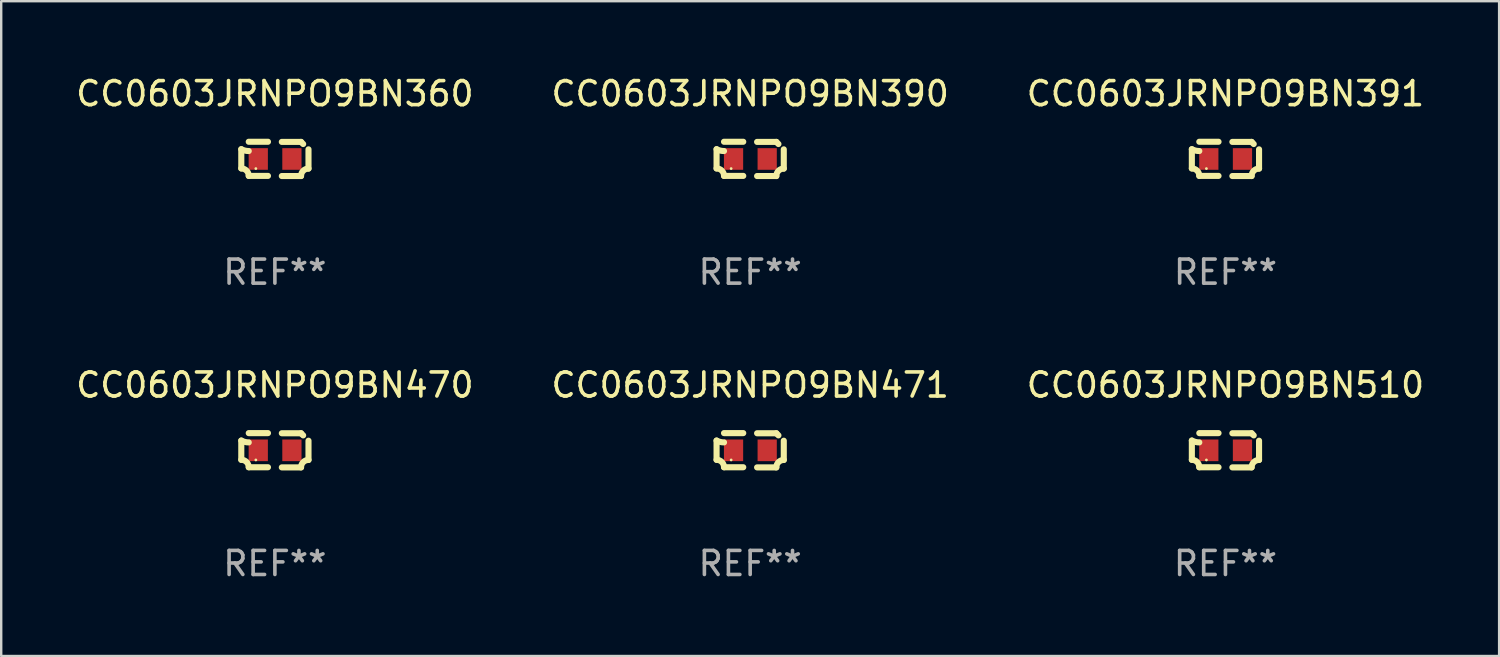
<source format=kicad_pcb>
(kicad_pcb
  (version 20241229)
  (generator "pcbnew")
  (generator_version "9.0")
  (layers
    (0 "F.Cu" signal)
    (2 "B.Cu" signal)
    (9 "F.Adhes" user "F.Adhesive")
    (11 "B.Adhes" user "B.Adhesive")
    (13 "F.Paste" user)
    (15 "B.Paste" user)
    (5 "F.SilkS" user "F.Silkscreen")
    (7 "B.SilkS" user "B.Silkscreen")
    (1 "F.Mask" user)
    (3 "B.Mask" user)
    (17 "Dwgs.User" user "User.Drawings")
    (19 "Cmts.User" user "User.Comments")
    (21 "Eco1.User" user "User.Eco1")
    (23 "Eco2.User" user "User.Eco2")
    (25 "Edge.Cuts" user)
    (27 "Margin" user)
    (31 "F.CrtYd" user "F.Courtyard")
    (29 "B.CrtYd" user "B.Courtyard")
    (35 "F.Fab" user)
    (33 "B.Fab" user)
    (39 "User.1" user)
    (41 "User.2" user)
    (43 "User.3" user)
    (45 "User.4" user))
  (footprint "CC0603JRNPO9BN510"
    (layer "F.Cu")
    (at 47.935 15.683)
    (property "Reference" "CC0603JRNPO9BN510" (at 0 -2.713 0) (layer "F.SilkS") (effects (font (size 1 1) (thickness 0.15))))
    (attr through_hole)
    (fp_line (start -1.398 -0.403) (end -1.398 0.397) (stroke (width 0.254) (type solid)) (layer "F.SilkS"))
    (fp_line (start -0.288 -0.713) (end -1.088 -0.713) (stroke (width 0.254) (type solid)) (layer "F.SilkS"))
    (fp_line (start -0.288 0.707) (end -1.088 0.707) (stroke (width 0.254) (type solid)) (layer "F.SilkS"))
    (fp_line (start 0.288 -0.707) (end 1.088 -0.707) (stroke (width 0.254) (type solid)) (layer "F.SilkS"))
    (fp_line (start 0.288 0.713) (end 1.088 0.713) (stroke (width 0.254) (type solid)) (layer "F.SilkS"))
    (fp_line (start 1.398 -0.397) (end 1.398 0.403) (stroke (width 0.254) (type solid)) (layer "F.SilkS"))
    (fp_arc (start -1.397789 0.397066) (mid -1.178701 0.487826) (end -1.08796 0.706922) (stroke (width 0.254001) (type solid)) (layer "F.SilkS"))
    (fp_arc (start -1.08796 -0.327176) (mid -1.247436 -0.346384) (end -1.39779 -0.402908) (stroke (width 0.254001) (type solid)) (layer "F.SilkS"))
    (fp_arc (start 1.087909 0.712738) (mid 1.178656 0.493655) (end 1.397739 0.402908) (stroke (width 0.254001) (type solid)) (layer "F.SilkS"))
    (fp_arc (start 1.175925 -0.618926) (mid 1.131917 -0.662923) (end 1.08791 -0.706922) (stroke (width 0.254001) (type solid)) (layer "F.SilkS"))
    (fp_circle (center -0.792 0.403) (end -0.762 0.403) (stroke (width 0.06) (type solid)) (fill no) (layer "F.SilkS"))
    (fp_text user "REF**" (at 0 4.713 0) (layer "F.Fab") (effects (font (size 1 1) (thickness 0.15))))
    (pad "1" smd rect (at -0.692 0.003) (size 0.8 0.9) (layers "F.Cu" "F.Mask" "F.Paste"))
    (pad "2" smd rect (at 0.708 0.003) (size 0.8 0.9) (layers "F.Cu" "F.Mask" "F.Paste")))
  (footprint "CC0603JRNPO9BN470"
    (layer "F.Cu")
    (at 8.387 15.683)
    (property "Reference" "CC0603JRNPO9BN470" (at 0 -2.713 0) (layer "F.SilkS") (effects (font (size 1 1) (thickness 0.15))))
    (attr through_hole)
    (fp_line (start -1.398 -0.403) (end -1.398 0.397) (stroke (width 0.254) (type solid)) (layer "F.SilkS"))
    (fp_line (start -0.288 -0.713) (end -1.088 -0.713) (stroke (width 0.254) (type solid)) (layer "F.SilkS"))
    (fp_line (start -0.288 0.707) (end -1.088 0.707) (stroke (width 0.254) (type solid)) (layer "F.SilkS"))
    (fp_line (start 0.288 -0.707) (end 1.088 -0.707) (stroke (width 0.254) (type solid)) (layer "F.SilkS"))
    (fp_line (start 0.288 0.713) (end 1.088 0.713) (stroke (width 0.254) (type solid)) (layer "F.SilkS"))
    (fp_line (start 1.398 -0.397) (end 1.398 0.403) (stroke (width 0.254) (type solid)) (layer "F.SilkS"))
    (fp_arc (start -1.397789 0.397066) (mid -1.178701 0.487826) (end -1.08796 0.706922) (stroke (width 0.254001) (type solid)) (layer "F.SilkS"))
    (fp_arc (start -1.08796 -0.327176) (mid -1.247436 -0.346384) (end -1.39779 -0.402908) (stroke (width 0.254001) (type solid)) (layer "F.SilkS"))
    (fp_arc (start 1.087909 0.712738) (mid 1.178656 0.493655) (end 1.397739 0.402908) (stroke (width 0.254001) (type solid)) (layer "F.SilkS"))
    (fp_arc (start 1.175925 -0.618926) (mid 1.131917 -0.662923) (end 1.08791 -0.706922) (stroke (width 0.254001) (type solid)) (layer "F.SilkS"))
    (fp_circle (center -0.792 0.403) (end -0.762 0.403) (stroke (width 0.06) (type solid)) (fill no) (layer "F.SilkS"))
    (fp_text user "REF**" (at 0 4.713 0) (layer "F.Fab") (effects (font (size 1 1) (thickness 0.15))))
    (pad "1" smd rect (at -0.692 0.003) (size 0.8 0.9) (layers "F.Cu" "F.Mask" "F.Paste"))
    (pad "2" smd rect (at 0.708 0.003) (size 0.8 0.9) (layers "F.Cu" "F.Mask" "F.Paste")))
  (footprint "CC0603JRNPO9BN391"
    (layer "F.Cu")
    (at 47.935 3.561)
    (property "Reference" "CC0603JRNPO9BN391" (at 0 -2.713 0) (layer "F.SilkS") (effects (font (size 1 1) (thickness 0.15))))
    (attr through_hole)
    (fp_line (start -1.398 -0.403) (end -1.398 0.397) (stroke (width 0.254) (type solid)) (layer "F.SilkS"))
    (fp_line (start -0.288 -0.713) (end -1.088 -0.713) (stroke (width 0.254) (type solid)) (layer "F.SilkS"))
    (fp_line (start -0.288 0.707) (end -1.088 0.707) (stroke (width 0.254) (type solid)) (layer "F.SilkS"))
    (fp_line (start 0.288 -0.707) (end 1.088 -0.707) (stroke (width 0.254) (type solid)) (layer "F.SilkS"))
    (fp_line (start 0.288 0.713) (end 1.088 0.713) (stroke (width 0.254) (type solid)) (layer "F.SilkS"))
    (fp_line (start 1.398 -0.397) (end 1.398 0.403) (stroke (width 0.254) (type solid)) (layer "F.SilkS"))
    (fp_arc (start -1.397789 0.397066) (mid -1.178701 0.487826) (end -1.08796 0.706922) (stroke (width 0.254001) (type solid)) (layer "F.SilkS"))
    (fp_arc (start -1.08796 -0.327176) (mid -1.247436 -0.346384) (end -1.39779 -0.402908) (stroke (width 0.254001) (type solid)) (layer "F.SilkS"))
    (fp_arc (start 1.087909 0.712738) (mid 1.178656 0.493655) (end 1.397739 0.402908) (stroke (width 0.254001) (type solid)) (layer "F.SilkS"))
    (fp_arc (start 1.175925 -0.618926) (mid 1.131917 -0.662923) (end 1.08791 -0.706922) (stroke (width 0.254001) (type solid)) (layer "F.SilkS"))
    (fp_circle (center -0.792 0.403) (end -0.762 0.403) (stroke (width 0.06) (type solid)) (fill no) (layer "F.SilkS"))
    (fp_text user "REF**" (at 0 4.713 0) (layer "F.Fab") (effects (font (size 1 1) (thickness 0.15))))
    (pad "1" smd rect (at -0.692 0.003) (size 0.8 0.9) (layers "F.Cu" "F.Mask" "F.Paste"))
    (pad "2" smd rect (at 0.708 0.003) (size 0.8 0.9) (layers "F.Cu" "F.Mask" "F.Paste")))
  (footprint "CC0603JRNPO9BN360"
    (layer "F.Cu")
    (at 8.387 3.561)
    (property "Reference" "CC0603JRNPO9BN360" (at 0 -2.713 0) (layer "F.SilkS") (effects (font (size 1 1) (thickness 0.15))))
    (attr through_hole)
    (fp_line (start -1.398 -0.403) (end -1.398 0.397) (stroke (width 0.254) (type solid)) (layer "F.SilkS"))
    (fp_line (start -0.288 -0.713) (end -1.088 -0.713) (stroke (width 0.254) (type solid)) (layer "F.SilkS"))
    (fp_line (start -0.288 0.707) (end -1.088 0.707) (stroke (width 0.254) (type solid)) (layer "F.SilkS"))
    (fp_line (start 0.288 -0.707) (end 1.088 -0.707) (stroke (width 0.254) (type solid)) (layer "F.SilkS"))
    (fp_line (start 0.288 0.713) (end 1.088 0.713) (stroke (width 0.254) (type solid)) (layer "F.SilkS"))
    (fp_line (start 1.398 -0.397) (end 1.398 0.403) (stroke (width 0.254) (type solid)) (layer "F.SilkS"))
    (fp_arc (start -1.397789 0.397066) (mid -1.178701 0.487826) (end -1.08796 0.706922) (stroke (width 0.254001) (type solid)) (layer "F.SilkS"))
    (fp_arc (start -1.08796 -0.327176) (mid -1.247436 -0.346384) (end -1.39779 -0.402908) (stroke (width 0.254001) (type solid)) (layer "F.SilkS"))
    (fp_arc (start 1.087909 0.712738) (mid 1.178656 0.493655) (end 1.397739 0.402908) (stroke (width 0.254001) (type solid)) (layer "F.SilkS"))
    (fp_arc (start 1.175925 -0.618926) (mid 1.131917 -0.662923) (end 1.08791 -0.706922) (stroke (width 0.254001) (type solid)) (layer "F.SilkS"))
    (fp_circle (center -0.792 0.403) (end -0.762 0.403) (stroke (width 0.06) (type solid)) (fill no) (layer "F.SilkS"))
    (fp_text user "REF**" (at 0 4.713 0) (layer "F.Fab") (effects (font (size 1 1) (thickness 0.15))))
    (pad "1" smd rect (at -0.692 0.003) (size 0.8 0.9) (layers "F.Cu" "F.Mask" "F.Paste"))
    (pad "2" smd rect (at 0.708 0.003) (size 0.8 0.9) (layers "F.Cu" "F.Mask" "F.Paste")))
  (footprint "CC0603JRNPO9BN471"
    (layer "F.Cu")
    (at 28.161 15.683)
    (property "Reference" "CC0603JRNPO9BN471" (at 0 -2.713 0) (layer "F.SilkS") (effects (font (size 1 1) (thickness 0.15))))
    (attr through_hole)
    (fp_line (start -1.398 -0.403) (end -1.398 0.397) (stroke (width 0.254) (type solid)) (layer "F.SilkS"))
    (fp_line (start -0.288 -0.713) (end -1.088 -0.713) (stroke (width 0.254) (type solid)) (layer "F.SilkS"))
    (fp_line (start -0.288 0.707) (end -1.088 0.707) (stroke (width 0.254) (type solid)) (layer "F.SilkS"))
    (fp_line (start 0.288 -0.707) (end 1.088 -0.707) (stroke (width 0.254) (type solid)) (layer "F.SilkS"))
    (fp_line (start 0.288 0.713) (end 1.088 0.713) (stroke (width 0.254) (type solid)) (layer "F.SilkS"))
    (fp_line (start 1.398 -0.397) (end 1.398 0.403) (stroke (width 0.254) (type solid)) (layer "F.SilkS"))
    (fp_arc (start -1.397789 0.397066) (mid -1.178701 0.487826) (end -1.08796 0.706922) (stroke (width 0.254001) (type solid)) (layer "F.SilkS"))
    (fp_arc (start -1.08796 -0.327176) (mid -1.247436 -0.346384) (end -1.39779 -0.402908) (stroke (width 0.254001) (type solid)) (layer "F.SilkS"))
    (fp_arc (start 1.087909 0.712738) (mid 1.178656 0.493655) (end 1.397739 0.402908) (stroke (width 0.254001) (type solid)) (layer "F.SilkS"))
    (fp_arc (start 1.175925 -0.618926) (mid 1.131917 -0.662923) (end 1.08791 -0.706922) (stroke (width 0.254001) (type solid)) (layer "F.SilkS"))
    (fp_circle (center -0.792 0.403) (end -0.762 0.403) (stroke (width 0.06) (type solid)) (fill no) (layer "F.SilkS"))
    (fp_text user "REF**" (at 0 4.713 0) (layer "F.Fab") (effects (font (size 1 1) (thickness 0.15))))
    (pad "1" smd rect (at -0.692 0.003) (size 0.8 0.9) (layers "F.Cu" "F.Mask" "F.Paste"))
    (pad "2" smd rect (at 0.708 0.003) (size 0.8 0.9) (layers "F.Cu" "F.Mask" "F.Paste")))
  (footprint "CC0603JRNPO9BN390"
    (layer "F.Cu")
    (at 28.161 3.561)
    (property "Reference" "CC0603JRNPO9BN390" (at 0 -2.713 0) (layer "F.SilkS") (effects (font (size 1 1) (thickness 0.15))))
    (attr through_hole)
    (fp_line (start -1.398 -0.403) (end -1.398 0.397) (stroke (width 0.254) (type solid)) (layer "F.SilkS"))
    (fp_line (start -0.288 -0.713) (end -1.088 -0.713) (stroke (width 0.254) (type solid)) (layer "F.SilkS"))
    (fp_line (start -0.288 0.707) (end -1.088 0.707) (stroke (width 0.254) (type solid)) (layer "F.SilkS"))
    (fp_line (start 0.288 -0.707) (end 1.088 -0.707) (stroke (width 0.254) (type solid)) (layer "F.SilkS"))
    (fp_line (start 0.288 0.713) (end 1.088 0.713) (stroke (width 0.254) (type solid)) (layer "F.SilkS"))
    (fp_line (start 1.398 -0.397) (end 1.398 0.403) (stroke (width 0.254) (type solid)) (layer "F.SilkS"))
    (fp_arc (start -1.397789 0.397066) (mid -1.178701 0.487826) (end -1.08796 0.706922) (stroke (width 0.254001) (type solid)) (layer "F.SilkS"))
    (fp_arc (start -1.08796 -0.327176) (mid -1.247436 -0.346384) (end -1.39779 -0.402908) (stroke (width 0.254001) (type solid)) (layer "F.SilkS"))
    (fp_arc (start 1.087909 0.712738) (mid 1.178656 0.493655) (end 1.397739 0.402908) (stroke (width 0.254001) (type solid)) (layer "F.SilkS"))
    (fp_arc (start 1.175925 -0.618926) (mid 1.131917 -0.662923) (end 1.08791 -0.706922) (stroke (width 0.254001) (type solid)) (layer "F.SilkS"))
    (fp_circle (center -0.792 0.403) (end -0.762 0.403) (stroke (width 0.06) (type solid)) (fill no) (layer "F.SilkS"))
    (fp_text user "REF**" (at 0 4.713 0) (layer "F.Fab") (effects (font (size 1 1) (thickness 0.15))))
    (pad "1" smd rect (at -0.692 0.003) (size 0.8 0.9) (layers "F.Cu" "F.Mask" "F.Paste"))
    (pad "2" smd rect (at 0.708 0.003) (size 0.8 0.9) (layers "F.Cu" "F.Mask" "F.Paste")))
  (gr_rect
    (start -3 -3)
    (end 59.321 24.244)
    (stroke (width 0.1) (type default))
    (fill no)
    (layer "Edge.Cuts")))
</source>
